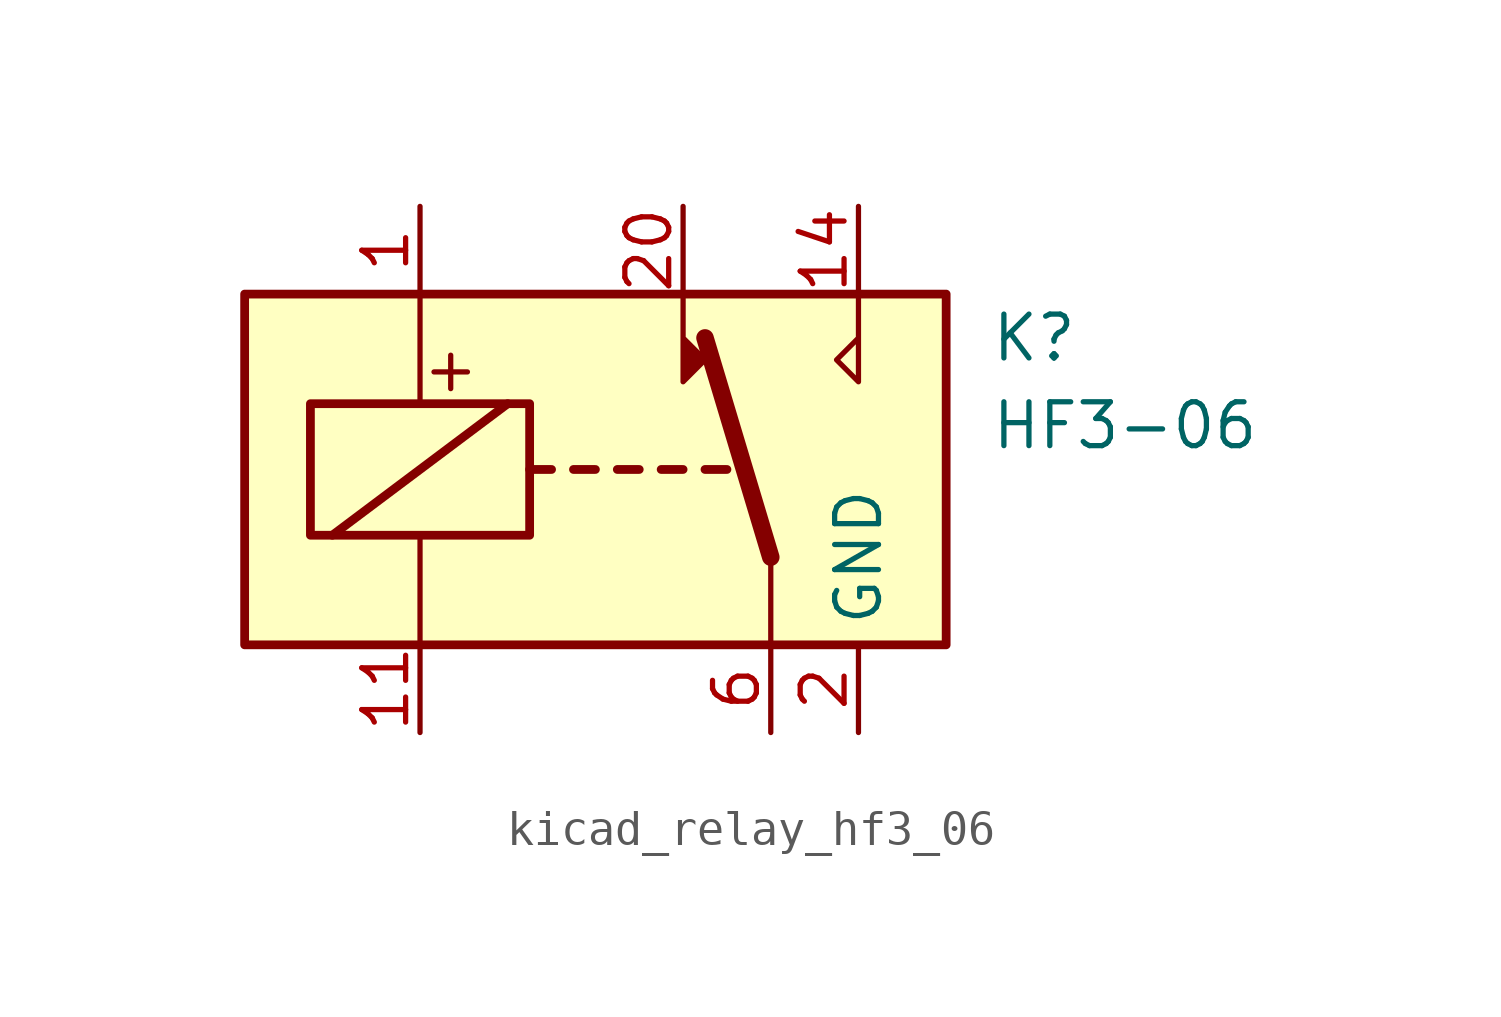
<source format=kicad_sym>
(kicad_symbol_lib
  (version 20220914)
  (generator kicad_symbol_editor)
  (symbol "kicad_relay_hf3_06"
    (property "Reference" "K"
      (at 11.43 3.81 0)
      (effects (font (size 1.27 1.27)) (justify left)))
    (property "Value" "HF3-06"
      (at 11.43 1.27 0)
      (effects (font (size 1.27 1.27)) (justify left)))
    (symbol "kicad_relay_hf3_06_0_0"
      (polyline (pts (xy 7.62 5.08) (xy 7.62 2.54) (xy 6.985 3.175) (xy 7.62 3.81)) (stroke (width 0) (type default)) (fill (type none)))
      (text "+" (at -4.191 2.921 0) (effects (font (size 1.27 1.27)))))
    (symbol "kicad_relay_hf3_06_0_1"
      (rectangle (start -10.16 5.08) (end 10.16 -5.08) (stroke (width 0.254) (type default)) (fill (type background)))
      (rectangle (start -8.255 1.905) (end -1.905 -1.905) (stroke (width 0.254) (type default)) (fill (type none)))
      (polyline (pts (xy -7.62 -1.905) (xy -2.54 1.905)) (stroke (width 0.254) (type default)) (fill (type none)))
      (polyline (pts (xy -5.08 -5.08) (xy -5.08 -1.905)) (stroke (width 0) (type default)) (fill (type none)))
      (polyline (pts (xy -5.08 5.08) (xy -5.08 1.905)) (stroke (width 0) (type default)) (fill (type none)))
      (polyline (pts (xy -1.905 0) (xy -1.27 0)) (stroke (width 0.254) (type default)) (fill (type none)))
      (polyline (pts (xy -0.635 0) (xy 0 0)) (stroke (width 0.254) (type default)) (fill (type none)))
      (polyline (pts (xy 0.635 0) (xy 1.27 0)) (stroke (width 0.254) (type default)) (fill (type none)))
      (polyline (pts (xy 1.905 0) (xy 2.54 0)) (stroke (width 0.254) (type default)) (fill (type none)))
      (polyline (pts (xy 3.175 0) (xy 3.81 0)) (stroke (width 0.254) (type default)) (fill (type none)))
      (polyline (pts (xy 5.08 -2.54) (xy 3.175 3.81)) (stroke (width 0.508) (type default)) (fill (type none)))
      (polyline (pts (xy 5.08 -2.54) (xy 5.08 -5.08)) (stroke (width 0) (type default)) (fill (type none)))
      (polyline (pts (xy 2.54 5.08) (xy 2.54 2.54) (xy 3.175 3.175) (xy 2.54 3.81)) (stroke (width 0) (type default)) (fill (type outline))))
    (symbol "kicad_relay_hf3_06_1_1"
      (pin passive line (at -5.08 7.62 270) (length 2.54) (name "~" (effects (font (size 1.27 1.27)))) (number "1" (effects (font (size 1.27 1.27)))))
      (pin passive line (at 7.62 -7.62 90) (length 2.54) hide (name "GND" (effects (font (size 1.27 1.27)))) (number "10" (effects (font (size 1.27 1.27)))))
      (pin passive line (at -5.08 -7.62 90) (length 2.54) (name "~" (effects (font (size 1.27 1.27)))) (number "11" (effects (font (size 1.27 1.27)))))
      (pin passive line (at 7.62 -7.62 90) (length 2.54) hide (name "GND" (effects (font (size 1.27 1.27)))) (number "12" (effects (font (size 1.27 1.27)))))
      (pin passive line (at 7.62 -7.62 90) (length 2.54) hide (name "GND" (effects (font (size 1.27 1.27)))) (number "13" (effects (font (size 1.27 1.27)))))
      (pin passive line (at 7.62 7.62 270) (length 2.54) (name "~" (effects (font (size 1.27 1.27)))) (number "14" (effects (font (size 1.27 1.27)))))
      (pin passive line (at 7.62 -7.62 90) (length 2.54) hide (name "GND" (effects (font (size 1.27 1.27)))) (number "15" (effects (font (size 1.27 1.27)))))
      (pin passive line (at 7.62 -7.62 90) (length 2.54) hide (name "GND" (effects (font (size 1.27 1.27)))) (number "17" (effects (font (size 1.27 1.27)))))
      (pin passive line (at 7.62 -7.62 90) (length 2.54) hide (name "GND" (effects (font (size 1.27 1.27)))) (number "19" (effects (font (size 1.27 1.27)))))
      (pin power_in line (at 7.62 -7.62 90) (length 2.54) (name "GND" (effects (font (size 1.27 1.27)))) (number "2" (effects (font (size 1.27 1.27)))))
      (pin passive line (at 2.54 7.62 270) (length 2.54) (name "~" (effects (font (size 1.27 1.27)))) (number "20" (effects (font (size 1.27 1.27)))))
      (pin passive line (at 7.62 -7.62 90) (length 2.54) hide (name "GND" (effects (font (size 1.27 1.27)))) (number "21" (effects (font (size 1.27 1.27)))))
      (pin passive line (at 7.62 -7.62 90) (length 2.54) hide (name "GND" (effects (font (size 1.27 1.27)))) (number "22" (effects (font (size 1.27 1.27)))))
      (pin passive line (at 7.62 -7.62 90) (length 2.54) hide (name "GND" (effects (font (size 1.27 1.27)))) (number "5" (effects (font (size 1.27 1.27)))))
      (pin passive line (at 5.08 -7.62 90) (length 2.54) (name "~" (effects (font (size 1.27 1.27)))) (number "6" (effects (font (size 1.27 1.27)))))
      (pin passive line (at 7.62 -7.62 90) (length 2.54) hide (name "GND" (effects (font (size 1.27 1.27)))) (number "7" (effects (font (size 1.27 1.27))))))))
</source>
